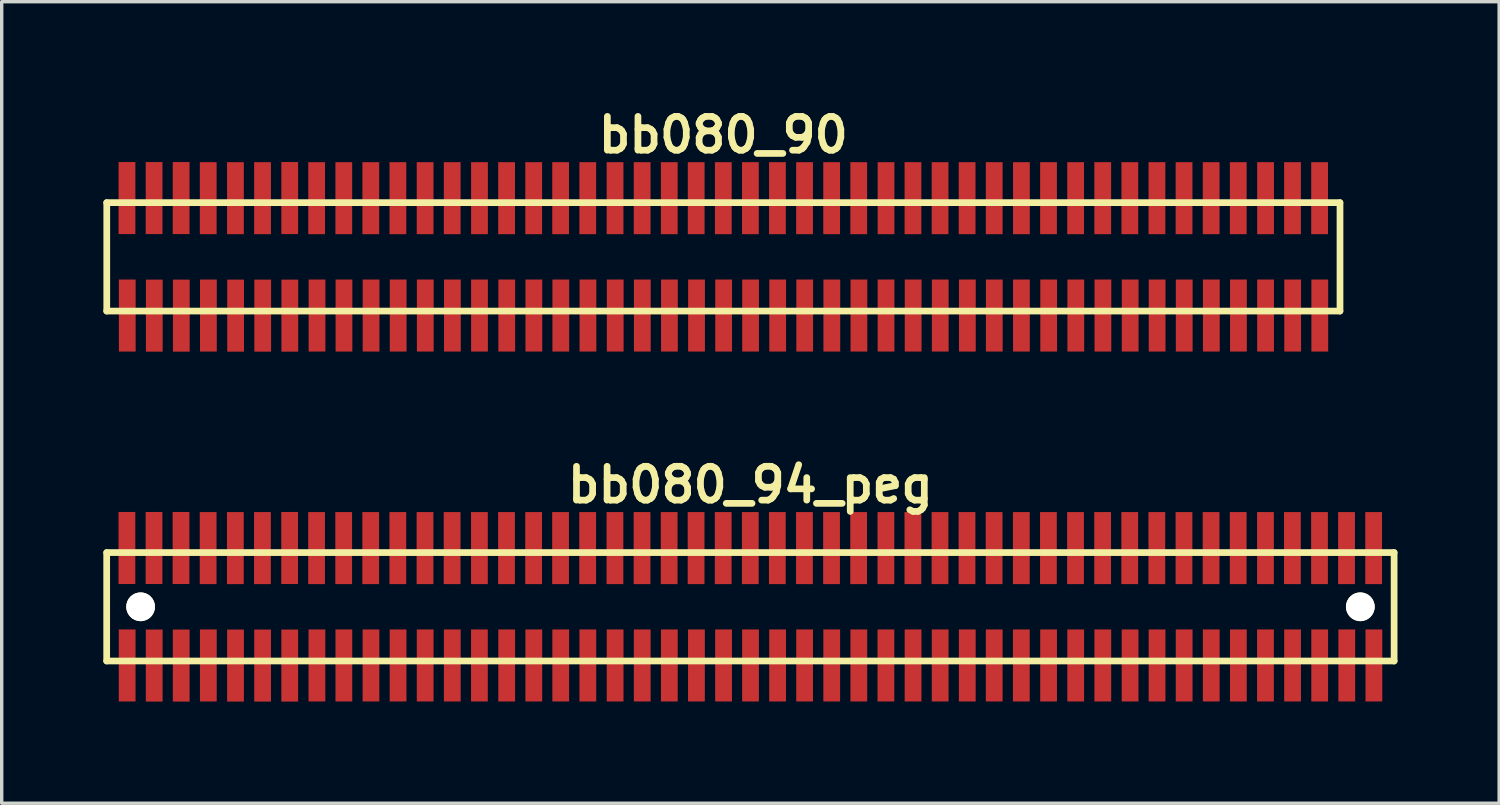
<source format=kicad_pcb>
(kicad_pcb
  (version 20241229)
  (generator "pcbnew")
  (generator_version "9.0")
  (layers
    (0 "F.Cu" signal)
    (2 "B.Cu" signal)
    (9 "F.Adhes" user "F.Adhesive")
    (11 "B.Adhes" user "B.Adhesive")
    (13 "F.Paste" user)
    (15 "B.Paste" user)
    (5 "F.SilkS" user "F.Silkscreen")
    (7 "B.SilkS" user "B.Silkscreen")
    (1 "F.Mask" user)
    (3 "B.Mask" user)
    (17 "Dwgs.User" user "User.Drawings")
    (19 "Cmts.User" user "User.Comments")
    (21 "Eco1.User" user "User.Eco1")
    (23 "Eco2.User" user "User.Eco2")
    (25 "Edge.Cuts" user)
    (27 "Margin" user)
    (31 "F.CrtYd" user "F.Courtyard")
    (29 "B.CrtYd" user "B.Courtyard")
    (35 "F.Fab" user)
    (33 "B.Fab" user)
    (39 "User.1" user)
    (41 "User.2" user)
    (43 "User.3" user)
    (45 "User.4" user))
  (footprint "bb080_90"
    (layer "F.Cu")
    (at 18.298 4.531)
    (property "Reference" "bb080_90" (at 0 -3.599 0) (layer "F.SilkS") (effects (font (size 0.998 0.998) (thickness 0.198))))
    (attr through_hole)
    (fp_line (start -18.199 -1.6) (end 18.199 -1.6) (stroke (width 0.198) (type solid)) (layer "F.SilkS"))
    (fp_line (start -18.197 -1.6) (end -18.197 1.6) (stroke (width 0.198) (type solid)) (layer "F.SilkS"))
    (fp_line (start 18.199 1.6) (end -18.199 1.6) (stroke (width 0.198) (type solid)) (layer "F.SilkS"))
    (fp_line (start 18.202 1.6) (end 18.202 -1.6) (stroke (width 0.198) (type solid)) (layer "F.SilkS"))
    (pad "1" smd rect (at -17.592 1.732) (size 0.495 2.126) (layers "F.Cu" "F.Mask" "F.Paste"))
    (pad "2" smd rect (at -17.6 -1.735) (size 0.495 2.126) (layers "F.Cu" "F.Mask" "F.Paste"))
    (pad "3" smd rect (at -16.794 1.735) (size 0.495 2.126) (layers "F.Cu" "F.Mask" "F.Paste"))
    (pad "4" smd rect (at -16.8 -1.735) (size 0.495 2.126) (layers "F.Cu" "F.Mask" "F.Paste"))
    (pad "5" smd rect (at -15.997 1.735) (size 0.495 2.126) (layers "F.Cu" "F.Mask" "F.Paste"))
    (pad "6" smd rect (at -16.002 -1.735) (size 0.495 2.126) (layers "F.Cu" "F.Mask" "F.Paste"))
    (pad "7" smd rect (at -15.197 1.732) (size 0.495 2.126) (layers "F.Cu" "F.Mask" "F.Paste"))
    (pad "8" smd rect (at -15.202 -1.732) (size 0.495 2.126) (layers "F.Cu" "F.Mask" "F.Paste"))
    (pad "9" smd rect (at -14.394 1.735) (size 0.495 2.126) (layers "F.Cu" "F.Mask" "F.Paste"))
    (pad "10" smd rect (at -14.399 -1.732) (size 0.495 2.126) (layers "F.Cu" "F.Mask" "F.Paste"))
    (pad "11" smd rect (at -13.594 1.735) (size 0.495 2.126) (layers "F.Cu" "F.Mask" "F.Paste"))
    (pad "12" smd rect (at -13.599 -1.732) (size 0.495 2.126) (layers "F.Cu" "F.Mask" "F.Paste"))
    (pad "13" smd rect (at -12.794 1.735) (size 0.495 2.126) (layers "F.Cu" "F.Mask" "F.Paste"))
    (pad "14" smd rect (at -12.797 -1.735) (size 0.495 2.126) (layers "F.Cu" "F.Mask" "F.Paste"))
    (pad "15" smd rect (at -11.991 1.732) (size 0.495 2.126) (layers "F.Cu" "F.Mask" "F.Paste"))
    (pad "16" smd rect (at -12.002 -1.732) (size 0.495 2.126) (layers "F.Cu" "F.Mask" "F.Paste"))
    (pad "17" smd rect (at -11.196 1.732) (size 0.495 2.126) (layers "F.Cu" "F.Mask" "F.Paste"))
    (pad "18" smd rect (at -11.201 -1.732) (size 0.495 2.126) (layers "F.Cu" "F.Mask" "F.Paste"))
    (pad "19" smd rect (at -10.396 1.732) (size 0.495 2.126) (layers "F.Cu" "F.Mask" "F.Paste"))
    (pad "20" smd rect (at -10.404 -1.732) (size 0.495 2.126) (layers "F.Cu" "F.Mask" "F.Paste"))
    (pad "21" smd rect (at -9.596 1.732) (size 0.495 2.126) (layers "F.Cu" "F.Mask" "F.Paste"))
    (pad "22" smd rect (at -9.604 -1.732) (size 0.495 2.126) (layers "F.Cu" "F.Mask" "F.Paste"))
    (pad "23" smd rect (at -8.796 1.732) (size 0.495 2.126) (layers "F.Cu" "F.Mask" "F.Paste"))
    (pad "24" smd rect (at -8.801 -1.732) (size 0.495 2.126) (layers "F.Cu" "F.Mask" "F.Paste"))
    (pad "25" smd rect (at -7.996 1.732) (size 0.495 2.126) (layers "F.Cu" "F.Mask" "F.Paste"))
    (pad "26" smd rect (at -8.001 -1.732) (size 0.495 2.126) (layers "F.Cu" "F.Mask" "F.Paste"))
    (pad "27" smd rect (at -7.196 1.732) (size 0.495 2.126) (layers "F.Cu" "F.Mask" "F.Paste"))
    (pad "28" smd rect (at -7.196 -1.732) (size 0.495 2.126) (layers "F.Cu" "F.Mask" "F.Paste"))
    (pad "29" smd rect (at -6.391 1.732) (size 0.495 2.126) (layers "F.Cu" "F.Mask" "F.Paste"))
    (pad "30" smd rect (at -6.396 -1.732) (size 0.495 2.126) (layers "F.Cu" "F.Mask" "F.Paste"))
    (pad "31" smd rect (at -5.591 1.732) (size 0.495 2.126) (layers "F.Cu" "F.Mask" "F.Paste"))
    (pad "32" smd rect (at -5.596 -1.732) (size 0.495 2.126) (layers "F.Cu" "F.Mask" "F.Paste"))
    (pad "33" smd rect (at -4.796 1.732) (size 0.495 2.126) (layers "F.Cu" "F.Mask" "F.Paste"))
    (pad "34" smd rect (at -4.801 -1.732) (size 0.495 2.126) (layers "F.Cu" "F.Mask" "F.Paste"))
    (pad "35" smd rect (at -3.995 1.732) (size 0.495 2.126) (layers "F.Cu" "F.Mask" "F.Paste"))
    (pad "36" smd rect (at -4 -1.732) (size 0.495 2.126) (layers "F.Cu" "F.Mask" "F.Paste"))
    (pad "37" smd rect (at -3.19 1.732) (size 0.495 2.126) (layers "F.Cu" "F.Mask" "F.Paste"))
    (pad "38" smd rect (at -3.195 -1.732) (size 0.495 2.126) (layers "F.Cu" "F.Mask" "F.Paste"))
    (pad "39" smd rect (at -2.39 1.732) (size 0.495 2.126) (layers "F.Cu" "F.Mask" "F.Paste"))
    (pad "40" smd rect (at -2.395 -1.732) (size 0.495 2.126) (layers "F.Cu" "F.Mask" "F.Paste"))
    (pad "41" smd rect (at -1.59 1.732) (size 0.495 2.126) (layers "F.Cu" "F.Mask" "F.Paste"))
    (pad "42" smd rect (at -1.595 -1.732) (size 0.495 2.126) (layers "F.Cu" "F.Mask" "F.Paste"))
    (pad "43" smd rect (at -0.79 1.732) (size 0.495 2.126) (layers "F.Cu" "F.Mask" "F.Paste"))
    (pad "44" smd rect (at -0.8 -1.732) (size 0.495 2.126) (layers "F.Cu" "F.Mask" "F.Paste"))
    (pad "45" smd rect (at 0.01 1.732) (size 0.495 2.126) (layers "F.Cu" "F.Mask" "F.Paste"))
    (pad "46" smd rect (at 0 -1.732) (size 0.495 2.126) (layers "F.Cu" "F.Mask" "F.Paste"))
    (pad "47" smd rect (at 0.805 1.732) (size 0.495 2.126) (layers "F.Cu" "F.Mask" "F.Paste"))
    (pad "48" smd rect (at 0.8 -1.732) (size 0.495 2.126) (layers "F.Cu" "F.Mask" "F.Paste"))
    (pad "49" smd rect (at 1.605 1.732) (size 0.495 2.126) (layers "F.Cu" "F.Mask" "F.Paste"))
    (pad "50" smd rect (at 1.598 -1.732) (size 0.495 2.126) (layers "F.Cu" "F.Mask" "F.Paste"))
    (pad "51" smd rect (at 2.403 1.732) (size 0.495 2.126) (layers "F.Cu" "F.Mask" "F.Paste"))
    (pad "52" smd rect (at 2.398 -1.732) (size 0.495 2.126) (layers "F.Cu" "F.Mask" "F.Paste"))
    (pad "53" smd rect (at 3.203 1.732) (size 0.495 2.126) (layers "F.Cu" "F.Mask" "F.Paste"))
    (pad "54" smd rect (at 3.198 -1.732) (size 0.495 2.126) (layers "F.Cu" "F.Mask" "F.Paste"))
    (pad "55" smd rect (at 4.003 1.732) (size 0.495 2.126) (layers "F.Cu" "F.Mask" "F.Paste"))
    (pad "56" smd rect (at 3.998 -1.732) (size 0.495 2.126) (layers "F.Cu" "F.Mask" "F.Paste"))
    (pad "57" smd rect (at 4.803 1.732) (size 0.495 2.126) (layers "F.Cu" "F.Mask" "F.Paste"))
    (pad "58" smd rect (at 4.803 -1.732) (size 0.495 2.126) (layers "F.Cu" "F.Mask" "F.Paste"))
    (pad "59" smd rect (at 5.603 1.732) (size 0.495 2.126) (layers "F.Cu" "F.Mask" "F.Paste"))
    (pad "60" smd rect (at 5.598 -1.732) (size 0.495 2.126) (layers "F.Cu" "F.Mask" "F.Paste"))
    (pad "61" smd rect (at 6.403 1.732) (size 0.495 2.126) (layers "F.Cu" "F.Mask" "F.Paste"))
    (pad "62" smd rect (at 6.398 -1.732) (size 0.495 2.126) (layers "F.Cu" "F.Mask" "F.Paste"))
    (pad "63" smd rect (at 7.203 1.732) (size 0.495 2.126) (layers "F.Cu" "F.Mask" "F.Paste"))
    (pad "64" smd rect (at 7.196 -1.732) (size 0.495 2.126) (layers "F.Cu" "F.Mask" "F.Paste"))
    (pad "65" smd rect (at 7.998 1.732) (size 0.495 2.126) (layers "F.Cu" "F.Mask" "F.Paste"))
    (pad "66" smd rect (at 7.996 -1.732) (size 0.495 2.126) (layers "F.Cu" "F.Mask" "F.Paste"))
    (pad "67" smd rect (at 8.799 1.732) (size 0.495 2.126) (layers "F.Cu" "F.Mask" "F.Paste"))
    (pad "68" smd rect (at 8.799 -1.732) (size 0.495 2.126) (layers "F.Cu" "F.Mask" "F.Paste"))
    (pad "69" smd rect (at 9.604 1.732) (size 0.495 2.126) (layers "F.Cu" "F.Mask" "F.Paste"))
    (pad "70" smd rect (at 9.599 -1.732) (size 0.495 2.126) (layers "F.Cu" "F.Mask" "F.Paste"))
    (pad "71" smd rect (at 10.404 1.732) (size 0.495 2.126) (layers "F.Cu" "F.Mask" "F.Paste"))
    (pad "72" smd rect (at 10.399 -1.732) (size 0.495 2.126) (layers "F.Cu" "F.Mask" "F.Paste"))
    (pad "73" smd rect (at 11.204 1.732) (size 0.495 2.126) (layers "F.Cu" "F.Mask" "F.Paste"))
    (pad "74" smd rect (at 11.199 -1.732) (size 0.495 2.126) (layers "F.Cu" "F.Mask" "F.Paste"))
    (pad "75" smd rect (at 12.009 1.732) (size 0.495 2.126) (layers "F.Cu" "F.Mask" "F.Paste"))
    (pad "76" smd rect (at 11.999 -1.732) (size 0.495 2.126) (layers "F.Cu" "F.Mask" "F.Paste"))
    (pad "77" smd rect (at 12.804 1.732) (size 0.495 2.126) (layers "F.Cu" "F.Mask" "F.Paste"))
    (pad "78" smd rect (at 12.799 -1.732) (size 0.495 2.126) (layers "F.Cu" "F.Mask" "F.Paste"))
    (pad "79" smd rect (at 13.604 1.732) (size 0.495 2.126) (layers "F.Cu" "F.Mask" "F.Paste"))
    (pad "80" smd rect (at 13.599 -1.732) (size 0.495 2.126) (layers "F.Cu" "F.Mask" "F.Paste"))
    (pad "81" smd rect (at 14.404 1.732) (size 0.495 2.126) (layers "F.Cu" "F.Mask" "F.Paste"))
    (pad "82" smd rect (at 14.399 -1.732) (size 0.495 2.126) (layers "F.Cu" "F.Mask" "F.Paste"))
    (pad "83" smd rect (at 15.204 1.732) (size 0.495 2.126) (layers "F.Cu" "F.Mask" "F.Paste"))
    (pad "84" smd rect (at 15.199 -1.732) (size 0.495 2.126) (layers "F.Cu" "F.Mask" "F.Paste"))
    (pad "85" smd rect (at 16.005 1.732) (size 0.495 2.126) (layers "F.Cu" "F.Mask" "F.Paste"))
    (pad "86" smd rect (at 16.005 -1.732) (size 0.495 2.126) (layers "F.Cu" "F.Mask" "F.Paste"))
    (pad "87" smd rect (at 16.805 1.732) (size 0.495 2.126) (layers "F.Cu" "F.Mask" "F.Paste"))
    (pad "88" smd rect (at 16.8 -1.732) (size 0.495 2.126) (layers "F.Cu" "F.Mask" "F.Paste"))
    (pad "89" smd rect (at 17.605 1.732) (size 0.495 2.126) (layers "F.Cu" "F.Mask" "F.Paste"))
    (pad "90" smd rect (at 17.6 -1.732) (size 0.495 2.126) (layers "F.Cu" "F.Mask" "F.Paste")))
  (footprint "bb080_94_peg"
    (layer "F.Cu")
    (at 19.098 14.859)
    (property "Reference" "bb080_94_peg" (at 0 -3.599 0) (layer "F.SilkS") (effects (font (size 0.998 0.998) (thickness 0.198))))
    (attr through_hole)
    (fp_line (start -18.999 -1.6) (end -18.999 1.6) (stroke (width 0.198) (type solid)) (layer "F.SilkS"))
    (fp_line (start -18.999 1.6) (end 18.999 1.6) (stroke (width 0.198) (type solid)) (layer "F.SilkS"))
    (fp_line (start 18.999 -1.6) (end -18.999 -1.6) (stroke (width 0.198) (type solid)) (layer "F.SilkS"))
    (fp_line (start 18.999 1.6) (end 18.999 -1.6) (stroke (width 0.198) (type solid)) (layer "F.SilkS"))
    (pad "" np_thru_hole circle (at -17.998 0) (size 0.848 0.848) (drill 0.848) (layers "*.Cu" "*.Mask" "F.SilkS"))
    (pad "" np_thru_hole circle (at 18.001 0) (size 0.848 0.848) (drill 0.848) (layers "*.Cu" "*.Mask" "F.SilkS"))
    (pad "1" smd rect (at -18.395 1.732) (size 0.495 2.126) (layers "F.Cu" "F.Mask" "F.Paste"))
    (pad "2" smd rect (at -18.402 -1.735) (size 0.495 2.126) (layers "F.Cu" "F.Mask" "F.Paste"))
    (pad "3" smd rect (at -17.597 1.735) (size 0.495 2.126) (layers "F.Cu" "F.Mask" "F.Paste"))
    (pad "4" smd rect (at -17.602 -1.735) (size 0.495 2.126) (layers "F.Cu" "F.Mask" "F.Paste"))
    (pad "5" smd rect (at -16.8 1.735) (size 0.495 2.126) (layers "F.Cu" "F.Mask" "F.Paste"))
    (pad "6" smd rect (at -16.805 -1.735) (size 0.495 2.126) (layers "F.Cu" "F.Mask" "F.Paste"))
    (pad "7" smd rect (at -15.999 1.732) (size 0.495 2.126) (layers "F.Cu" "F.Mask" "F.Paste"))
    (pad "8" smd rect (at -16.005 -1.732) (size 0.495 2.126) (layers "F.Cu" "F.Mask" "F.Paste"))
    (pad "9" smd rect (at -15.197 1.735) (size 0.495 2.126) (layers "F.Cu" "F.Mask" "F.Paste"))
    (pad "10" smd rect (at -15.202 -1.732) (size 0.495 2.126) (layers "F.Cu" "F.Mask" "F.Paste"))
    (pad "11" smd rect (at -14.397 1.735) (size 0.495 2.126) (layers "F.Cu" "F.Mask" "F.Paste"))
    (pad "12" smd rect (at -14.402 -1.732) (size 0.495 2.126) (layers "F.Cu" "F.Mask" "F.Paste"))
    (pad "13" smd rect (at -13.597 1.735) (size 0.495 2.126) (layers "F.Cu" "F.Mask" "F.Paste"))
    (pad "14" smd rect (at -13.599 -1.735) (size 0.495 2.126) (layers "F.Cu" "F.Mask" "F.Paste"))
    (pad "15" smd rect (at -12.794 1.732) (size 0.495 2.126) (layers "F.Cu" "F.Mask" "F.Paste"))
    (pad "16" smd rect (at -12.804 -1.732) (size 0.495 2.126) (layers "F.Cu" "F.Mask" "F.Paste"))
    (pad "17" smd rect (at -11.999 1.732) (size 0.495 2.126) (layers "F.Cu" "F.Mask" "F.Paste"))
    (pad "18" smd rect (at -12.004 -1.732) (size 0.495 2.126) (layers "F.Cu" "F.Mask" "F.Paste"))
    (pad "19" smd rect (at -11.199 1.732) (size 0.495 2.126) (layers "F.Cu" "F.Mask" "F.Paste"))
    (pad "20" smd rect (at -11.206 -1.732) (size 0.495 2.126) (layers "F.Cu" "F.Mask" "F.Paste"))
    (pad "21" smd rect (at -10.399 1.732) (size 0.495 2.126) (layers "F.Cu" "F.Mask" "F.Paste"))
    (pad "22" smd rect (at -10.406 -1.732) (size 0.495 2.126) (layers "F.Cu" "F.Mask" "F.Paste"))
    (pad "23" smd rect (at -9.599 1.732) (size 0.495 2.126) (layers "F.Cu" "F.Mask" "F.Paste"))
    (pad "24" smd rect (at -9.604 -1.732) (size 0.495 2.126) (layers "F.Cu" "F.Mask" "F.Paste"))
    (pad "25" smd rect (at -8.799 1.732) (size 0.495 2.126) (layers "F.Cu" "F.Mask" "F.Paste"))
    (pad "26" smd rect (at -8.804 -1.732) (size 0.495 2.126) (layers "F.Cu" "F.Mask" "F.Paste"))
    (pad "27" smd rect (at -7.998 1.732) (size 0.495 2.126) (layers "F.Cu" "F.Mask" "F.Paste"))
    (pad "28" smd rect (at -7.998 -1.732) (size 0.495 2.126) (layers "F.Cu" "F.Mask" "F.Paste"))
    (pad "29" smd rect (at -7.193 1.732) (size 0.495 2.126) (layers "F.Cu" "F.Mask" "F.Paste"))
    (pad "30" smd rect (at -7.198 -1.732) (size 0.495 2.126) (layers "F.Cu" "F.Mask" "F.Paste"))
    (pad "31" smd rect (at -6.393 1.732) (size 0.495 2.126) (layers "F.Cu" "F.Mask" "F.Paste"))
    (pad "32" smd rect (at -6.398 -1.732) (size 0.495 2.126) (layers "F.Cu" "F.Mask" "F.Paste"))
    (pad "33" smd rect (at -5.598 1.732) (size 0.495 2.126) (layers "F.Cu" "F.Mask" "F.Paste"))
    (pad "34" smd rect (at -5.603 -1.732) (size 0.495 2.126) (layers "F.Cu" "F.Mask" "F.Paste"))
    (pad "35" smd rect (at -4.798 1.732) (size 0.495 2.126) (layers "F.Cu" "F.Mask" "F.Paste"))
    (pad "36" smd rect (at -4.803 -1.732) (size 0.495 2.126) (layers "F.Cu" "F.Mask" "F.Paste"))
    (pad "37" smd rect (at -3.993 1.732) (size 0.495 2.126) (layers "F.Cu" "F.Mask" "F.Paste"))
    (pad "38" smd rect (at -3.998 -1.732) (size 0.495 2.126) (layers "F.Cu" "F.Mask" "F.Paste"))
    (pad "39" smd rect (at -3.193 1.732) (size 0.495 2.126) (layers "F.Cu" "F.Mask" "F.Paste"))
    (pad "40" smd rect (at -3.198 -1.732) (size 0.495 2.126) (layers "F.Cu" "F.Mask" "F.Paste"))
    (pad "41" smd rect (at -2.393 1.732) (size 0.495 2.126) (layers "F.Cu" "F.Mask" "F.Paste"))
    (pad "42" smd rect (at -2.398 -1.732) (size 0.495 2.126) (layers "F.Cu" "F.Mask" "F.Paste"))
    (pad "43" smd rect (at -1.593 1.732) (size 0.495 2.126) (layers "F.Cu" "F.Mask" "F.Paste"))
    (pad "44" smd rect (at -1.603 -1.732) (size 0.495 2.126) (layers "F.Cu" "F.Mask" "F.Paste"))
    (pad "45" smd rect (at -0.792 1.732) (size 0.495 2.126) (layers "F.Cu" "F.Mask" "F.Paste"))
    (pad "46" smd rect (at -0.803 -1.732) (size 0.495 2.126) (layers "F.Cu" "F.Mask" "F.Paste"))
    (pad "47" smd rect (at 0.003 1.732) (size 0.495 2.126) (layers "F.Cu" "F.Mask" "F.Paste"))
    (pad "48" smd rect (at -0.003 -1.732) (size 0.495 2.126) (layers "F.Cu" "F.Mask" "F.Paste"))
    (pad "49" smd rect (at 0.803 1.732) (size 0.495 2.126) (layers "F.Cu" "F.Mask" "F.Paste"))
    (pad "50" smd rect (at 0.795 -1.732) (size 0.495 2.126) (layers "F.Cu" "F.Mask" "F.Paste"))
    (pad "51" smd rect (at 1.6 1.732) (size 0.495 2.126) (layers "F.Cu" "F.Mask" "F.Paste"))
    (pad "52" smd rect (at 1.595 -1.732) (size 0.495 2.126) (layers "F.Cu" "F.Mask" "F.Paste"))
    (pad "53" smd rect (at 2.4 1.732) (size 0.495 2.126) (layers "F.Cu" "F.Mask" "F.Paste"))
    (pad "54" smd rect (at 2.395 -1.732) (size 0.495 2.126) (layers "F.Cu" "F.Mask" "F.Paste"))
    (pad "55" smd rect (at 3.2 1.732) (size 0.495 2.126) (layers "F.Cu" "F.Mask" "F.Paste"))
    (pad "56" smd rect (at 3.195 -1.732) (size 0.495 2.126) (layers "F.Cu" "F.Mask" "F.Paste"))
    (pad "57" smd rect (at 4 1.732) (size 0.495 2.126) (layers "F.Cu" "F.Mask" "F.Paste"))
    (pad "58" smd rect (at 4 -1.732) (size 0.495 2.126) (layers "F.Cu" "F.Mask" "F.Paste"))
    (pad "59" smd rect (at 4.801 1.732) (size 0.495 2.126) (layers "F.Cu" "F.Mask" "F.Paste"))
    (pad "60" smd rect (at 4.796 -1.732) (size 0.495 2.126) (layers "F.Cu" "F.Mask" "F.Paste"))
    (pad "61" smd rect (at 5.601 1.732) (size 0.495 2.126) (layers "F.Cu" "F.Mask" "F.Paste"))
    (pad "62" smd rect (at 5.596 -1.732) (size 0.495 2.126) (layers "F.Cu" "F.Mask" "F.Paste"))
    (pad "63" smd rect (at 6.401 1.732) (size 0.495 2.126) (layers "F.Cu" "F.Mask" "F.Paste"))
    (pad "64" smd rect (at 6.393 -1.732) (size 0.495 2.126) (layers "F.Cu" "F.Mask" "F.Paste"))
    (pad "65" smd rect (at 7.196 1.732) (size 0.495 2.126) (layers "F.Cu" "F.Mask" "F.Paste"))
    (pad "66" smd rect (at 7.193 -1.732) (size 0.495 2.126) (layers "F.Cu" "F.Mask" "F.Paste"))
    (pad "67" smd rect (at 7.996 1.732) (size 0.495 2.126) (layers "F.Cu" "F.Mask" "F.Paste"))
    (pad "68" smd rect (at 7.996 -1.732) (size 0.495 2.126) (layers "F.Cu" "F.Mask" "F.Paste"))
    (pad "69" smd rect (at 8.801 1.732) (size 0.495 2.126) (layers "F.Cu" "F.Mask" "F.Paste"))
    (pad "70" smd rect (at 8.796 -1.732) (size 0.495 2.126) (layers "F.Cu" "F.Mask" "F.Paste"))
    (pad "71" smd rect (at 9.601 1.732) (size 0.495 2.126) (layers "F.Cu" "F.Mask" "F.Paste"))
    (pad "72" smd rect (at 9.596 -1.732) (size 0.495 2.126) (layers "F.Cu" "F.Mask" "F.Paste"))
    (pad "73" smd rect (at 10.401 1.732) (size 0.495 2.126) (layers "F.Cu" "F.Mask" "F.Paste"))
    (pad "74" smd rect (at 10.396 -1.732) (size 0.495 2.126) (layers "F.Cu" "F.Mask" "F.Paste"))
    (pad "75" smd rect (at 11.206 1.732) (size 0.495 2.126) (layers "F.Cu" "F.Mask" "F.Paste"))
    (pad "76" smd rect (at 11.196 -1.732) (size 0.495 2.126) (layers "F.Cu" "F.Mask" "F.Paste"))
    (pad "77" smd rect (at 12.002 1.732) (size 0.495 2.126) (layers "F.Cu" "F.Mask" "F.Paste"))
    (pad "78" smd rect (at 11.996 -1.732) (size 0.495 2.126) (layers "F.Cu" "F.Mask" "F.Paste"))
    (pad "79" smd rect (at 12.802 1.732) (size 0.495 2.126) (layers "F.Cu" "F.Mask" "F.Paste"))
    (pad "80" smd rect (at 12.797 -1.732) (size 0.495 2.126) (layers "F.Cu" "F.Mask" "F.Paste"))
    (pad "81" smd rect (at 13.602 1.732) (size 0.495 2.126) (layers "F.Cu" "F.Mask" "F.Paste"))
    (pad "82" smd rect (at 13.597 -1.732) (size 0.495 2.126) (layers "F.Cu" "F.Mask" "F.Paste"))
    (pad "83" smd rect (at 14.402 1.732) (size 0.495 2.126) (layers "F.Cu" "F.Mask" "F.Paste"))
    (pad "84" smd rect (at 14.397 -1.732) (size 0.495 2.126) (layers "F.Cu" "F.Mask" "F.Paste"))
    (pad "85" smd rect (at 15.202 1.732) (size 0.495 2.126) (layers "F.Cu" "F.Mask" "F.Paste"))
    (pad "86" smd rect (at 15.202 -1.732) (size 0.495 2.126) (layers "F.Cu" "F.Mask" "F.Paste"))
    (pad "87" smd rect (at 16.002 1.732) (size 0.495 2.126) (layers "F.Cu" "F.Mask" "F.Paste"))
    (pad "88" smd rect (at 15.997 -1.732) (size 0.495 2.126) (layers "F.Cu" "F.Mask" "F.Paste"))
    (pad "89" smd rect (at 16.802 1.732) (size 0.495 2.126) (layers "F.Cu" "F.Mask" "F.Paste"))
    (pad "90" smd rect (at 16.797 -1.732) (size 0.495 2.126) (layers "F.Cu" "F.Mask" "F.Paste"))
    (pad "91" smd rect (at 17.602 1.732) (size 0.495 2.126) (layers "F.Cu" "F.Mask" "F.Paste"))
    (pad "92" smd rect (at 17.595 -1.732) (size 0.495 2.126) (layers "F.Cu" "F.Mask" "F.Paste"))
    (pad "93" smd rect (at 18.402 1.732) (size 0.495 2.126) (layers "F.Cu" "F.Mask" "F.Paste"))
    (pad "94" smd rect (at 18.395 -1.732) (size 0.495 2.126) (layers "F.Cu" "F.Mask" "F.Paste")))
  (gr_rect
    (start -3 -3)
    (end 41.197 20.657)
    (stroke (width 0.1) (type default))
    (fill no)
    (layer "Edge.Cuts")))
</source>
